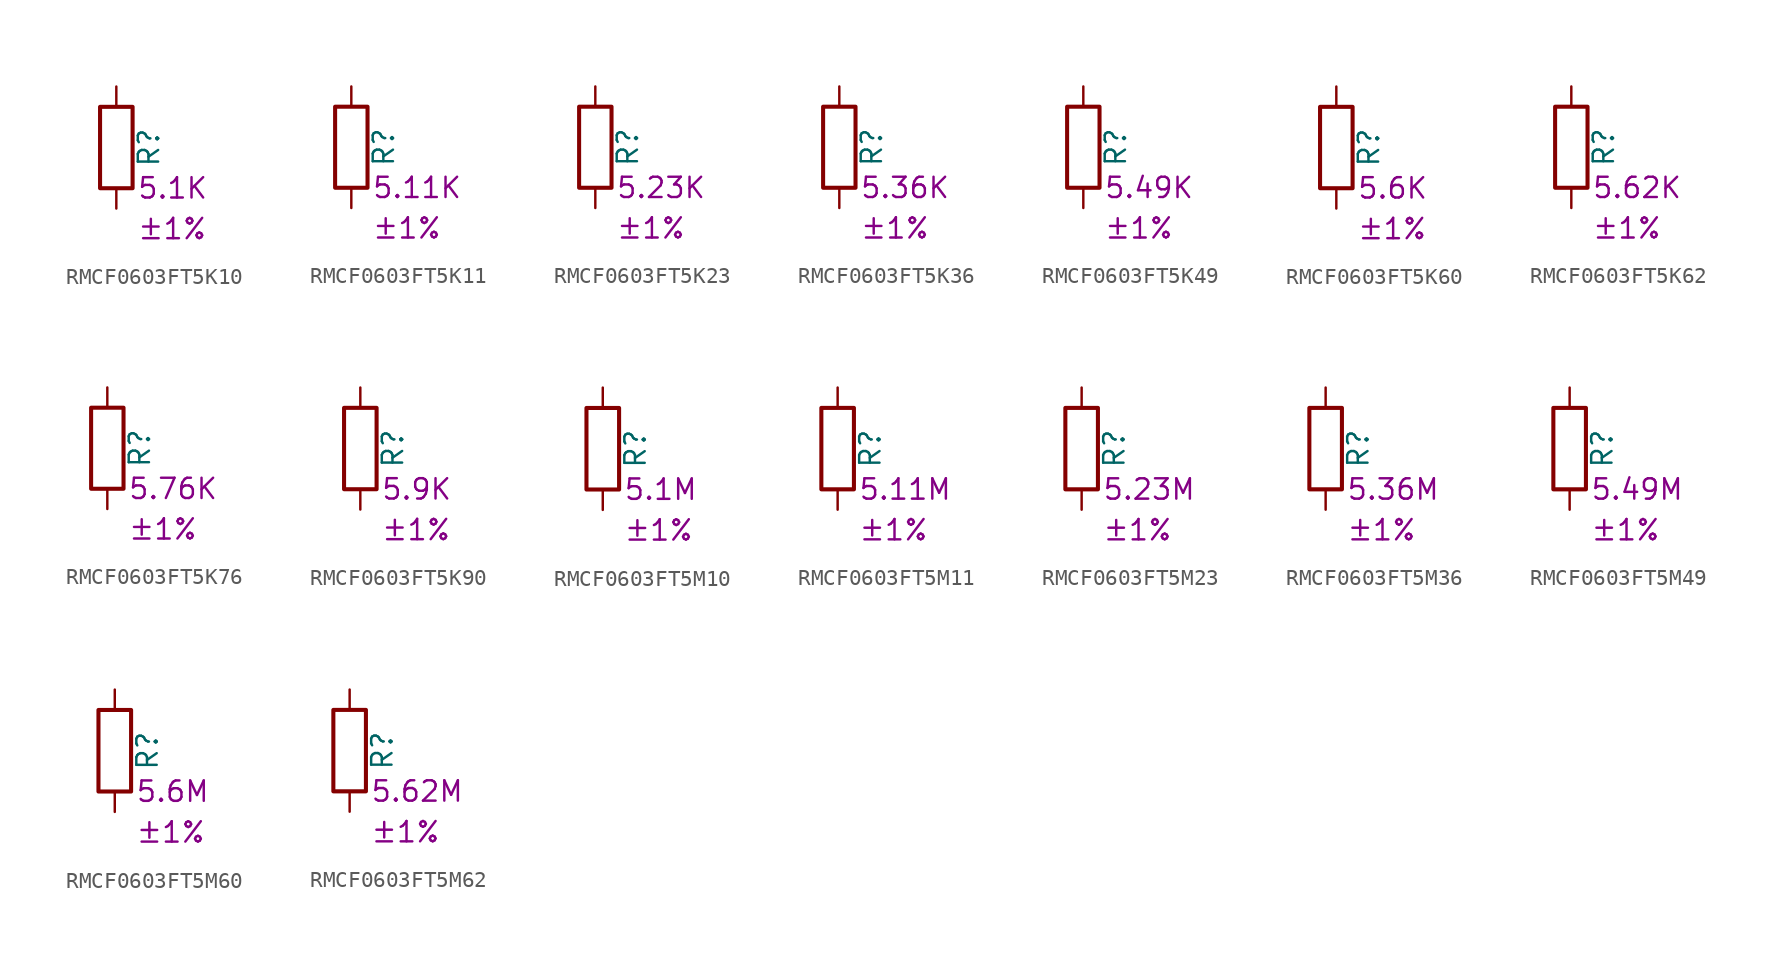
<source format=kicad_sym>
(kicad_symbol_lib
  (version 20220914)
  (generator kicad_symbol_editor)
  (symbol "RMCF0603FT5K10"
    (pin_numbers hide)
    (pin_names
      (offset 0))
    (property "Reference" "R"
      (at 2.032 0 90)
      (effects (font (size 1.27 1.27))))
    (property "Resistance" "5.1K"
      (at 1.27 -2.54 0)
      (effects (font (size 1.27 1.27)) (justify left)))
    (property "Tolerance" "±1%"
      (at 1.27 -5.08 0)
      (effects (font (size 1.27 1.27)) (justify left)))
    (symbol "RMCF0603FT5K10_0_1"
      (rectangle (start -1.016 -2.54) (end 1.016 2.54) (stroke (width 0.254) (type default)) (fill (type none))))
    (symbol "RMCF0603FT5K10_1_1"
      (pin passive line (at 0 3.81 270) (length 1.27) (name "~" (effects (font (size 1.27 1.27)))) (number "1" (effects (font (size 1.27 1.27)))))
      (pin passive line (at 0 -3.81 90) (length 1.27) (name "~" (effects (font (size 1.27 1.27)))) (number "2" (effects (font (size 1.27 1.27)))))))
  (symbol "RMCF0603FT5K11"
    (pin_numbers hide)
    (pin_names
      (offset 0))
    (property "Reference" "R"
      (at 2.032 0 90)
      (effects (font (size 1.27 1.27))))
    (property "Resistance" "5.11K"
      (at 1.27 -2.54 0)
      (effects (font (size 1.27 1.27)) (justify left)))
    (property "Tolerance" "±1%"
      (at 1.27 -5.08 0)
      (effects (font (size 1.27 1.27)) (justify left)))
    (symbol "RMCF0603FT5K11_0_1"
      (rectangle (start -1.016 -2.54) (end 1.016 2.54) (stroke (width 0.254) (type default)) (fill (type none))))
    (symbol "RMCF0603FT5K11_1_1"
      (pin passive line (at 0 3.81 270) (length 1.27) (name "~" (effects (font (size 1.27 1.27)))) (number "1" (effects (font (size 1.27 1.27)))))
      (pin passive line (at 0 -3.81 90) (length 1.27) (name "~" (effects (font (size 1.27 1.27)))) (number "2" (effects (font (size 1.27 1.27)))))))
  (symbol "RMCF0603FT5K23"
    (pin_numbers hide)
    (pin_names
      (offset 0))
    (property "Reference" "R"
      (at 2.032 0 90)
      (effects (font (size 1.27 1.27))))
    (property "Resistance" "5.23K"
      (at 1.27 -2.54 0)
      (effects (font (size 1.27 1.27)) (justify left)))
    (property "Tolerance" "±1%"
      (at 1.27 -5.08 0)
      (effects (font (size 1.27 1.27)) (justify left)))
    (symbol "RMCF0603FT5K23_0_1"
      (rectangle (start -1.016 -2.54) (end 1.016 2.54) (stroke (width 0.254) (type default)) (fill (type none))))
    (symbol "RMCF0603FT5K23_1_1"
      (pin passive line (at 0 3.81 270) (length 1.27) (name "~" (effects (font (size 1.27 1.27)))) (number "1" (effects (font (size 1.27 1.27)))))
      (pin passive line (at 0 -3.81 90) (length 1.27) (name "~" (effects (font (size 1.27 1.27)))) (number "2" (effects (font (size 1.27 1.27)))))))
  (symbol "RMCF0603FT5K36"
    (pin_numbers hide)
    (pin_names
      (offset 0))
    (property "Reference" "R"
      (at 2.032 0 90)
      (effects (font (size 1.27 1.27))))
    (property "Resistance" "5.36K"
      (at 1.27 -2.54 0)
      (effects (font (size 1.27 1.27)) (justify left)))
    (property "Tolerance" "±1%"
      (at 1.27 -5.08 0)
      (effects (font (size 1.27 1.27)) (justify left)))
    (symbol "RMCF0603FT5K36_0_1"
      (rectangle (start -1.016 -2.54) (end 1.016 2.54) (stroke (width 0.254) (type default)) (fill (type none))))
    (symbol "RMCF0603FT5K36_1_1"
      (pin passive line (at 0 3.81 270) (length 1.27) (name "~" (effects (font (size 1.27 1.27)))) (number "1" (effects (font (size 1.27 1.27)))))
      (pin passive line (at 0 -3.81 90) (length 1.27) (name "~" (effects (font (size 1.27 1.27)))) (number "2" (effects (font (size 1.27 1.27)))))))
  (symbol "RMCF0603FT5K49"
    (pin_numbers hide)
    (pin_names
      (offset 0))
    (property "Reference" "R"
      (at 2.032 0 90)
      (effects (font (size 1.27 1.27))))
    (property "Resistance" "5.49K"
      (at 1.27 -2.54 0)
      (effects (font (size 1.27 1.27)) (justify left)))
    (property "Tolerance" "±1%"
      (at 1.27 -5.08 0)
      (effects (font (size 1.27 1.27)) (justify left)))
    (symbol "RMCF0603FT5K49_0_1"
      (rectangle (start -1.016 -2.54) (end 1.016 2.54) (stroke (width 0.254) (type default)) (fill (type none))))
    (symbol "RMCF0603FT5K49_1_1"
      (pin passive line (at 0 3.81 270) (length 1.27) (name "~" (effects (font (size 1.27 1.27)))) (number "1" (effects (font (size 1.27 1.27)))))
      (pin passive line (at 0 -3.81 90) (length 1.27) (name "~" (effects (font (size 1.27 1.27)))) (number "2" (effects (font (size 1.27 1.27)))))))
  (symbol "RMCF0603FT5K60"
    (pin_numbers hide)
    (pin_names
      (offset 0))
    (property "Reference" "R"
      (at 2.032 0 90)
      (effects (font (size 1.27 1.27))))
    (property "Resistance" "5.6K"
      (at 1.27 -2.54 0)
      (effects (font (size 1.27 1.27)) (justify left)))
    (property "Tolerance" "±1%"
      (at 1.27 -5.08 0)
      (effects (font (size 1.27 1.27)) (justify left)))
    (symbol "RMCF0603FT5K60_0_1"
      (rectangle (start -1.016 -2.54) (end 1.016 2.54) (stroke (width 0.254) (type default)) (fill (type none))))
    (symbol "RMCF0603FT5K60_1_1"
      (pin passive line (at 0 3.81 270) (length 1.27) (name "~" (effects (font (size 1.27 1.27)))) (number "1" (effects (font (size 1.27 1.27)))))
      (pin passive line (at 0 -3.81 90) (length 1.27) (name "~" (effects (font (size 1.27 1.27)))) (number "2" (effects (font (size 1.27 1.27)))))))
  (symbol "RMCF0603FT5K62"
    (pin_numbers hide)
    (pin_names
      (offset 0))
    (property "Reference" "R"
      (at 2.032 0 90)
      (effects (font (size 1.27 1.27))))
    (property "Resistance" "5.62K"
      (at 1.27 -2.54 0)
      (effects (font (size 1.27 1.27)) (justify left)))
    (property "Tolerance" "±1%"
      (at 1.27 -5.08 0)
      (effects (font (size 1.27 1.27)) (justify left)))
    (symbol "RMCF0603FT5K62_0_1"
      (rectangle (start -1.016 -2.54) (end 1.016 2.54) (stroke (width 0.254) (type default)) (fill (type none))))
    (symbol "RMCF0603FT5K62_1_1"
      (pin passive line (at 0 3.81 270) (length 1.27) (name "~" (effects (font (size 1.27 1.27)))) (number "1" (effects (font (size 1.27 1.27)))))
      (pin passive line (at 0 -3.81 90) (length 1.27) (name "~" (effects (font (size 1.27 1.27)))) (number "2" (effects (font (size 1.27 1.27)))))))
  (symbol "RMCF0603FT5K76"
    (pin_numbers hide)
    (pin_names
      (offset 0))
    (property "Reference" "R"
      (at 2.032 0 90)
      (effects (font (size 1.27 1.27))))
    (property "Resistance" "5.76K"
      (at 1.27 -2.54 0)
      (effects (font (size 1.27 1.27)) (justify left)))
    (property "Tolerance" "±1%"
      (at 1.27 -5.08 0)
      (effects (font (size 1.27 1.27)) (justify left)))
    (symbol "RMCF0603FT5K76_0_1"
      (rectangle (start -1.016 -2.54) (end 1.016 2.54) (stroke (width 0.254) (type default)) (fill (type none))))
    (symbol "RMCF0603FT5K76_1_1"
      (pin passive line (at 0 3.81 270) (length 1.27) (name "~" (effects (font (size 1.27 1.27)))) (number "1" (effects (font (size 1.27 1.27)))))
      (pin passive line (at 0 -3.81 90) (length 1.27) (name "~" (effects (font (size 1.27 1.27)))) (number "2" (effects (font (size 1.27 1.27)))))))
  (symbol "RMCF0603FT5K90"
    (pin_numbers hide)
    (pin_names
      (offset 0))
    (property "Reference" "R"
      (at 2.032 0 90)
      (effects (font (size 1.27 1.27))))
    (property "Resistance" "5.9K"
      (at 1.27 -2.54 0)
      (effects (font (size 1.27 1.27)) (justify left)))
    (property "Tolerance" "±1%"
      (at 1.27 -5.08 0)
      (effects (font (size 1.27 1.27)) (justify left)))
    (symbol "RMCF0603FT5K90_0_1"
      (rectangle (start -1.016 -2.54) (end 1.016 2.54) (stroke (width 0.254) (type default)) (fill (type none))))
    (symbol "RMCF0603FT5K90_1_1"
      (pin passive line (at 0 3.81 270) (length 1.27) (name "~" (effects (font (size 1.27 1.27)))) (number "1" (effects (font (size 1.27 1.27)))))
      (pin passive line (at 0 -3.81 90) (length 1.27) (name "~" (effects (font (size 1.27 1.27)))) (number "2" (effects (font (size 1.27 1.27)))))))
  (symbol "RMCF0603FT5M10"
    (pin_numbers hide)
    (pin_names
      (offset 0))
    (property "Reference" "R"
      (at 2.032 0 90)
      (effects (font (size 1.27 1.27))))
    (property "Resistance" "5.1M"
      (at 1.27 -2.54 0)
      (effects (font (size 1.27 1.27)) (justify left)))
    (property "Tolerance" "±1%"
      (at 1.27 -5.08 0)
      (effects (font (size 1.27 1.27)) (justify left)))
    (symbol "RMCF0603FT5M10_0_1"
      (rectangle (start -1.016 -2.54) (end 1.016 2.54) (stroke (width 0.254) (type default)) (fill (type none))))
    (symbol "RMCF0603FT5M10_1_1"
      (pin passive line (at 0 3.81 270) (length 1.27) (name "~" (effects (font (size 1.27 1.27)))) (number "1" (effects (font (size 1.27 1.27)))))
      (pin passive line (at 0 -3.81 90) (length 1.27) (name "~" (effects (font (size 1.27 1.27)))) (number "2" (effects (font (size 1.27 1.27)))))))
  (symbol "RMCF0603FT5M11"
    (pin_numbers hide)
    (pin_names
      (offset 0))
    (property "Reference" "R"
      (at 2.032 0 90)
      (effects (font (size 1.27 1.27))))
    (property "Resistance" "5.11M"
      (at 1.27 -2.54 0)
      (effects (font (size 1.27 1.27)) (justify left)))
    (property "Tolerance" "±1%"
      (at 1.27 -5.08 0)
      (effects (font (size 1.27 1.27)) (justify left)))
    (symbol "RMCF0603FT5M11_0_1"
      (rectangle (start -1.016 -2.54) (end 1.016 2.54) (stroke (width 0.254) (type default)) (fill (type none))))
    (symbol "RMCF0603FT5M11_1_1"
      (pin passive line (at 0 3.81 270) (length 1.27) (name "~" (effects (font (size 1.27 1.27)))) (number "1" (effects (font (size 1.27 1.27)))))
      (pin passive line (at 0 -3.81 90) (length 1.27) (name "~" (effects (font (size 1.27 1.27)))) (number "2" (effects (font (size 1.27 1.27)))))))
  (symbol "RMCF0603FT5M23"
    (pin_numbers hide)
    (pin_names
      (offset 0))
    (property "Reference" "R"
      (at 2.032 0 90)
      (effects (font (size 1.27 1.27))))
    (property "Resistance" "5.23M"
      (at 1.27 -2.54 0)
      (effects (font (size 1.27 1.27)) (justify left)))
    (property "Tolerance" "±1%"
      (at 1.27 -5.08 0)
      (effects (font (size 1.27 1.27)) (justify left)))
    (symbol "RMCF0603FT5M23_0_1"
      (rectangle (start -1.016 -2.54) (end 1.016 2.54) (stroke (width 0.254) (type default)) (fill (type none))))
    (symbol "RMCF0603FT5M23_1_1"
      (pin passive line (at 0 3.81 270) (length 1.27) (name "~" (effects (font (size 1.27 1.27)))) (number "1" (effects (font (size 1.27 1.27)))))
      (pin passive line (at 0 -3.81 90) (length 1.27) (name "~" (effects (font (size 1.27 1.27)))) (number "2" (effects (font (size 1.27 1.27)))))))
  (symbol "RMCF0603FT5M36"
    (pin_numbers hide)
    (pin_names
      (offset 0))
    (property "Reference" "R"
      (at 2.032 0 90)
      (effects (font (size 1.27 1.27))))
    (property "Resistance" "5.36M"
      (at 1.27 -2.54 0)
      (effects (font (size 1.27 1.27)) (justify left)))
    (property "Tolerance" "±1%"
      (at 1.27 -5.08 0)
      (effects (font (size 1.27 1.27)) (justify left)))
    (symbol "RMCF0603FT5M36_0_1"
      (rectangle (start -1.016 -2.54) (end 1.016 2.54) (stroke (width 0.254) (type default)) (fill (type none))))
    (symbol "RMCF0603FT5M36_1_1"
      (pin passive line (at 0 3.81 270) (length 1.27) (name "~" (effects (font (size 1.27 1.27)))) (number "1" (effects (font (size 1.27 1.27)))))
      (pin passive line (at 0 -3.81 90) (length 1.27) (name "~" (effects (font (size 1.27 1.27)))) (number "2" (effects (font (size 1.27 1.27)))))))
  (symbol "RMCF0603FT5M49"
    (pin_numbers hide)
    (pin_names
      (offset 0))
    (property "Reference" "R"
      (at 2.032 0 90)
      (effects (font (size 1.27 1.27))))
    (property "Resistance" "5.49M"
      (at 1.27 -2.54 0)
      (effects (font (size 1.27 1.27)) (justify left)))
    (property "Tolerance" "±1%"
      (at 1.27 -5.08 0)
      (effects (font (size 1.27 1.27)) (justify left)))
    (symbol "RMCF0603FT5M49_0_1"
      (rectangle (start -1.016 -2.54) (end 1.016 2.54) (stroke (width 0.254) (type default)) (fill (type none))))
    (symbol "RMCF0603FT5M49_1_1"
      (pin passive line (at 0 3.81 270) (length 1.27) (name "~" (effects (font (size 1.27 1.27)))) (number "1" (effects (font (size 1.27 1.27)))))
      (pin passive line (at 0 -3.81 90) (length 1.27) (name "~" (effects (font (size 1.27 1.27)))) (number "2" (effects (font (size 1.27 1.27)))))))
  (symbol "RMCF0603FT5M60"
    (pin_numbers hide)
    (pin_names
      (offset 0))
    (property "Reference" "R"
      (at 2.032 0 90)
      (effects (font (size 1.27 1.27))))
    (property "Resistance" "5.6M"
      (at 1.27 -2.54 0)
      (effects (font (size 1.27 1.27)) (justify left)))
    (property "Tolerance" "±1%"
      (at 1.27 -5.08 0)
      (effects (font (size 1.27 1.27)) (justify left)))
    (symbol "RMCF0603FT5M60_0_1"
      (rectangle (start -1.016 -2.54) (end 1.016 2.54) (stroke (width 0.254) (type default)) (fill (type none))))
    (symbol "RMCF0603FT5M60_1_1"
      (pin passive line (at 0 3.81 270) (length 1.27) (name "~" (effects (font (size 1.27 1.27)))) (number "1" (effects (font (size 1.27 1.27)))))
      (pin passive line (at 0 -3.81 90) (length 1.27) (name "~" (effects (font (size 1.27 1.27)))) (number "2" (effects (font (size 1.27 1.27)))))))
  (symbol "RMCF0603FT5M62"
    (pin_numbers hide)
    (pin_names
      (offset 0))
    (property "Reference" "R"
      (at 2.032 0 90)
      (effects (font (size 1.27 1.27))))
    (property "Resistance" "5.62M"
      (at 1.27 -2.54 0)
      (effects (font (size 1.27 1.27)) (justify left)))
    (property "Tolerance" "±1%"
      (at 1.27 -5.08 0)
      (effects (font (size 1.27 1.27)) (justify left)))
    (symbol "RMCF0603FT5M62_0_1"
      (rectangle (start -1.016 -2.54) (end 1.016 2.54) (stroke (width 0.254) (type default)) (fill (type none))))
    (symbol "RMCF0603FT5M62_1_1"
      (pin passive line (at 0 3.81 270) (length 1.27) (name "~" (effects (font (size 1.27 1.27)))) (number "1" (effects (font (size 1.27 1.27)))))
      (pin passive line (at 0 -3.81 90) (length 1.27) (name "~" (effects (font (size 1.27 1.27)))) (number "2" (effects (font (size 1.27 1.27))))))))
</source>
